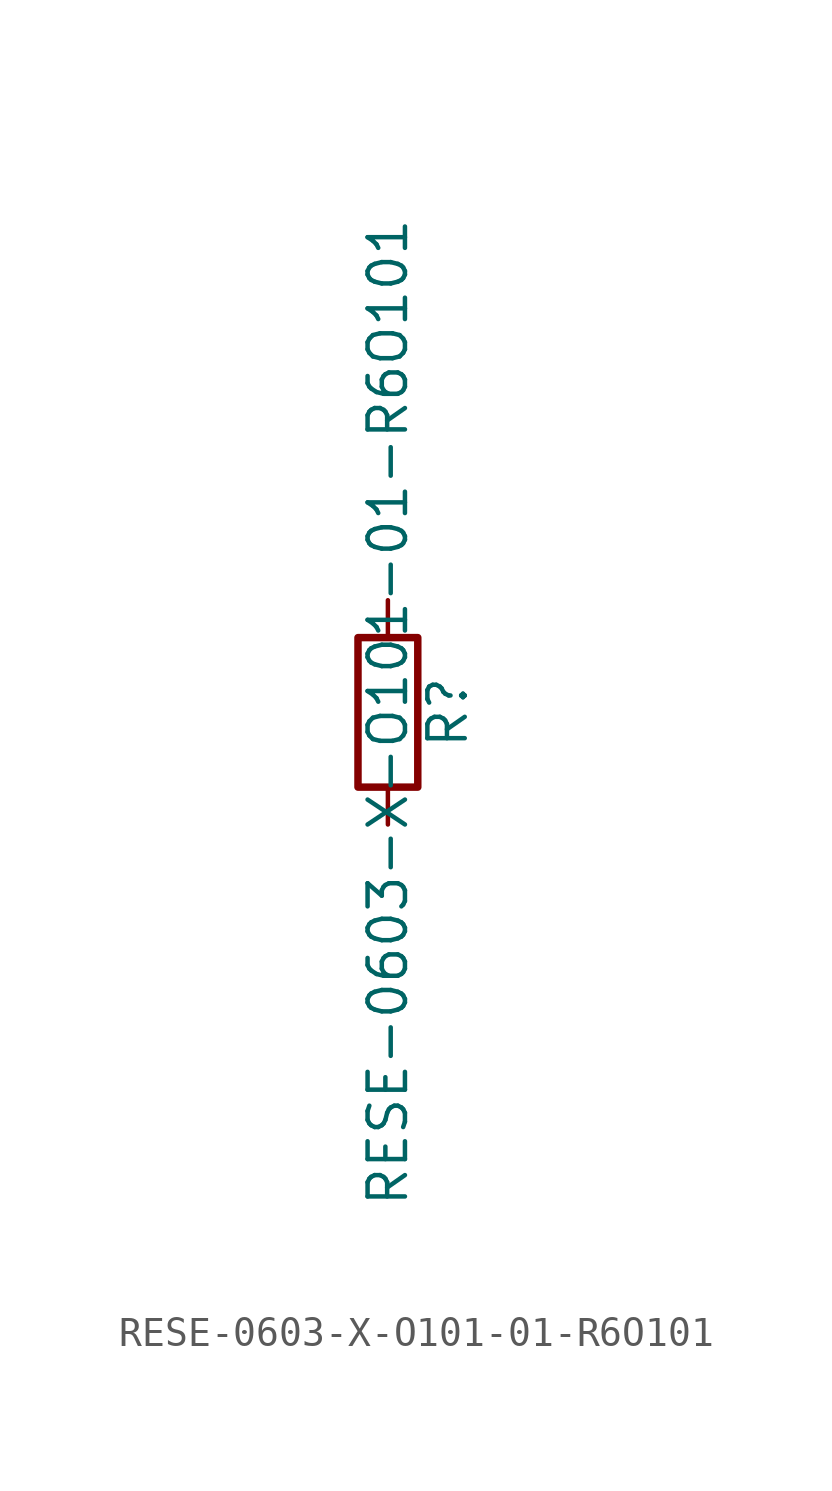
<source format=kicad_sym>
(kicad_symbol_lib
  (version 20211014)
  (generator kicad_symbol_editor)
  (symbol "RESE-0603-X-O101-01-R6O101"
    (pin_numbers hide)
    (pin_names
      (offset 0))
    (property "Reference" "R"
      (at 2.032 0 90)
      (effects (font (size 1.27 1.27))))
    (property "Value" "RESE-0603-X-O101-01-R6O101"
      (at 0 0 90)
      (effects (font (size 1.27 1.27))))
    (symbol "RESE-0603-X-O101-01-R6O101_0_1"
      (rectangle (start -1.016 -2.54) (end 1.016 2.54) (stroke (width 0.254) (type default) (color 0 0 0 0)) (fill (type none))))
    (symbol "RESE-0603-X-O101-01-R6O101_1_1"
      (pin passive line (at 0 3.81 270) (length 1.27) (name "~" (effects (font (size 1.27 1.27)))) (number "1" (effects (font (size 1.27 1.27)))))
      (pin passive line (at 0 -3.81 90) (length 1.27) (name "~" (effects (font (size 1.27 1.27)))) (number "2" (effects (font (size 1.27 1.27))))))))
</source>
